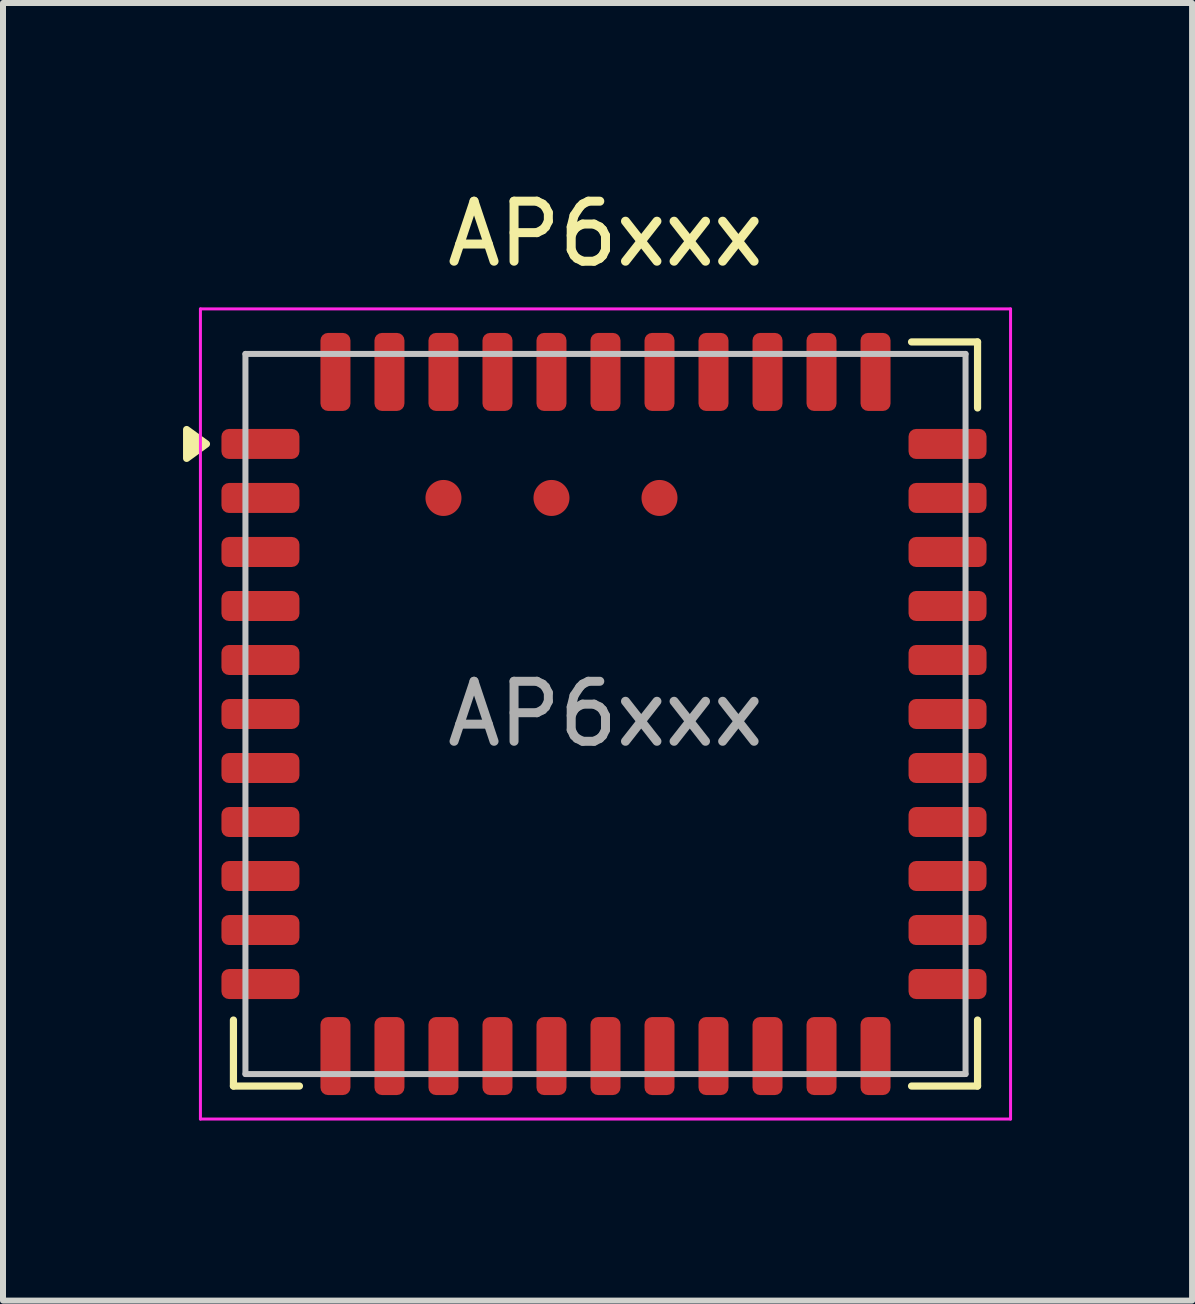
<source format=kicad_pcb>
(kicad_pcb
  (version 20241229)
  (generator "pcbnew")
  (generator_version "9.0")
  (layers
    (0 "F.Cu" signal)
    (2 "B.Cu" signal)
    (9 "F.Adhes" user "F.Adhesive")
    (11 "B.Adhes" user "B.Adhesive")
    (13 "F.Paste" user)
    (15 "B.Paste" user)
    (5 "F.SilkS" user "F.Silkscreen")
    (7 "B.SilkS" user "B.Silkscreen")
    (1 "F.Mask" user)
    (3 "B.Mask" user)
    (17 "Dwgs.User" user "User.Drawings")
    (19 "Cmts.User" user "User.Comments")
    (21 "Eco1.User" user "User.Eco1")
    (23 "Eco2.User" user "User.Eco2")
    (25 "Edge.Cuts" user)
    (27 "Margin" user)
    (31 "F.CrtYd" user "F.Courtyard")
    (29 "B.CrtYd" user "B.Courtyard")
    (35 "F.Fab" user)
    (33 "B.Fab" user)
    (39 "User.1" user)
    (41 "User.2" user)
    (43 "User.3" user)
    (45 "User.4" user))
  (footprint "AP6xxx"
    (layer "F.Cu")
    (at 7.04 8.848)
    (property "Reference" "AP6xxx" (at 0 -8 0) (unlocked yes) (layer "F.SilkS") (effects (font (size 1 1) (thickness 0.15))))
    (attr smd)
    (fp_line (start -6.2 5.1) (end -6.2 6.2) (stroke (width 0.12) (type default)) (layer "F.SilkS"))
    (fp_line (start -6.2 6.2) (end -5.1 6.2) (stroke (width 0.12) (type default)) (layer "F.SilkS"))
    (fp_line (start 5.1 6.2) (end 6.2 6.2) (stroke (width 0.12) (type default)) (layer "F.SilkS"))
    (fp_line (start 6.2 -6.2) (end 5.1 -6.2) (stroke (width 0.12) (type default)) (layer "F.SilkS"))
    (fp_line (start 6.2 -5.1) (end 6.2 -6.2) (stroke (width 0.12) (type default)) (layer "F.SilkS"))
    (fp_line (start 6.2 6.2) (end 6.2 5.1) (stroke (width 0.12) (type default)) (layer "F.SilkS"))
    (fp_poly (pts (xy -6.65 -4.5) (xy -6.98 -4.26) (xy -6.98 -4.74) (xy -6.65 -4.5)) (stroke (width 0.12) (type solid)) (fill yes) (layer "F.SilkS"))
    (fp_line (start -6 -6) (end -6 6) (stroke (width 0.1) (type default)) (layer "Dwgs.User"))
    (fp_line (start -6 6) (end 6 6) (stroke (width 0.1) (type default)) (layer "Dwgs.User"))
    (fp_line (start 6 -6) (end -6 -6) (stroke (width 0.1) (type default)) (layer "Dwgs.User"))
    (fp_line (start 6 6) (end 6 -6) (stroke (width 0.1) (type default)) (layer "Dwgs.User"))
    (fp_line (start -6.75 -6.75) (end -6.75 6.75) (stroke (width 0.05) (type default)) (layer "F.CrtYd"))
    (fp_line (start -6.75 6.75) (end 6.75 6.75) (stroke (width 0.05) (type default)) (layer "F.CrtYd"))
    (fp_line (start 6.75 -6.75) (end -6.75 -6.75) (stroke (width 0.05) (type default)) (layer "F.CrtYd"))
    (fp_line (start 6.75 6.75) (end 6.75 -6.75) (stroke (width 0.05) (type default)) (layer "F.CrtYd"))
    (fp_text user "${REFERENCE}" (at 0 0 0) (unlocked yes) (layer "F.Fab") (effects (font (size 1 1) (thickness 0.15))))
    (pad "1" smd roundrect (at -5.75 -4.5) (size 1.3 0.5) (layers "F.Cu" "F.Mask") (roundrect_rratio 0.25))
    (pad "2" smd roundrect (at -5.75 -3.6) (size 1.3 0.5) (layers "F.Cu" "F.Mask") (roundrect_rratio 0.25))
    (pad "3" smd roundrect (at -5.75 -2.7) (size 1.3 0.5) (layers "F.Cu" "F.Mask") (roundrect_rratio 0.25))
    (pad "4" smd roundrect (at -5.75 -1.8) (size 1.3 0.5) (layers "F.Cu" "F.Mask") (roundrect_rratio 0.25))
    (pad "5" smd roundrect (at -5.75 -0.9) (size 1.3 0.5) (layers "F.Cu" "F.Mask") (roundrect_rratio 0.25))
    (pad "6" smd roundrect (at -5.75 0) (size 1.3 0.5) (layers "F.Cu" "F.Mask") (roundrect_rratio 0.25))
    (pad "7" smd roundrect (at -5.75 0.9) (size 1.3 0.5) (layers "F.Cu" "F.Mask") (roundrect_rratio 0.25))
    (pad "8" smd roundrect (at -5.75 1.8) (size 1.3 0.5) (layers "F.Cu" "F.Mask") (roundrect_rratio 0.25))
    (pad "9" smd roundrect (at -5.75 2.7) (size 1.3 0.5) (layers "F.Cu" "F.Mask") (roundrect_rratio 0.25))
    (pad "10" smd roundrect (at -5.75 3.6) (size 1.3 0.5) (layers "F.Cu" "F.Mask") (roundrect_rratio 0.25))
    (pad "11" smd roundrect (at -5.75 4.5) (size 1.3 0.5) (layers "F.Cu" "F.Mask") (roundrect_rratio 0.25))
    (pad "12" smd roundrect (at -4.5 5.7 90) (size 1.3 0.5) (layers "F.Cu" "F.Mask") (roundrect_rratio 0.25))
    (pad "13" smd roundrect (at -3.6 5.7 90) (size 1.3 0.5) (layers "F.Cu" "F.Mask") (roundrect_rratio 0.25))
    (pad "14" smd roundrect (at -2.7 5.7 90) (size 1.3 0.5) (layers "F.Cu" "F.Mask") (roundrect_rratio 0.25))
    (pad "15" smd roundrect (at -1.8 5.7 90) (size 1.3 0.5) (layers "F.Cu" "F.Mask") (roundrect_rratio 0.25))
    (pad "16" smd roundrect (at -0.9 5.7 90) (size 1.3 0.5) (layers "F.Cu" "F.Mask") (roundrect_rratio 0.25))
    (pad "17" smd roundrect (at 0 5.7 90) (size 1.3 0.5) (layers "F.Cu" "F.Mask") (roundrect_rratio 0.25))
    (pad "18" smd roundrect (at 0.9 5.7 90) (size 1.3 0.5) (layers "F.Cu" "F.Mask") (roundrect_rratio 0.25))
    (pad "19" smd roundrect (at 1.8 5.7 90) (size 1.3 0.5) (layers "F.Cu" "F.Mask") (roundrect_rratio 0.25))
    (pad "20" smd roundrect (at 2.7 5.7 90) (size 1.3 0.5) (layers "F.Cu" "F.Mask") (roundrect_rratio 0.25))
    (pad "21" smd roundrect (at 3.6 5.7 90) (size 1.3 0.5) (layers "F.Cu" "F.Mask") (roundrect_rratio 0.25))
    (pad "22" smd roundrect (at 4.5 5.7 90) (size 1.3 0.5) (layers "F.Cu" "F.Mask") (roundrect_rratio 0.25))
    (pad "23" smd roundrect (at 5.7 4.5) (size 1.3 0.5) (layers "F.Cu" "F.Mask") (roundrect_rratio 0.25))
    (pad "24" smd roundrect (at 5.7 3.6) (size 1.3 0.5) (layers "F.Cu" "F.Mask") (roundrect_rratio 0.25))
    (pad "25" smd roundrect (at 5.7 2.7) (size 1.3 0.5) (layers "F.Cu" "F.Mask") (roundrect_rratio 0.25))
    (pad "26" smd roundrect (at 5.7 1.8) (size 1.3 0.5) (layers "F.Cu" "F.Mask") (roundrect_rratio 0.25))
    (pad "27" smd roundrect (at 5.7 0.9) (size 1.3 0.5) (layers "F.Cu" "F.Mask") (roundrect_rratio 0.25))
    (pad "28" smd roundrect (at 5.7 0) (size 1.3 0.5) (layers "F.Cu" "F.Mask") (roundrect_rratio 0.25))
    (pad "29" smd roundrect (at 5.7 -0.9) (size 1.3 0.5) (layers "F.Cu" "F.Mask") (roundrect_rratio 0.25))
    (pad "30" smd roundrect (at 5.7 -1.8) (size 1.3 0.5) (layers "F.Cu" "F.Mask") (roundrect_rratio 0.25))
    (pad "31" smd roundrect (at 5.7 -2.7) (size 1.3 0.5) (layers "F.Cu" "F.Mask") (roundrect_rratio 0.25))
    (pad "32" smd roundrect (at 5.7 -3.6) (size 1.3 0.5) (layers "F.Cu" "F.Mask") (roundrect_rratio 0.25))
    (pad "33" smd roundrect (at 5.7 -4.5) (size 1.3 0.5) (layers "F.Cu" "F.Mask") (roundrect_rratio 0.25))
    (pad "34" smd roundrect (at 4.5 -5.7 90) (size 1.3 0.5) (layers "F.Cu" "F.Mask") (roundrect_rratio 0.25))
    (pad "35" smd roundrect (at 3.6 -5.7 90) (size 1.3 0.5) (layers "F.Cu" "F.Mask") (roundrect_rratio 0.25))
    (pad "36" smd roundrect (at 2.7 -5.7 90) (size 1.3 0.5) (layers "F.Cu" "F.Mask") (roundrect_rratio 0.25))
    (pad "37" smd roundrect (at 1.8 -5.7 90) (size 1.3 0.5) (layers "F.Cu" "F.Mask") (roundrect_rratio 0.25))
    (pad "38" smd roundrect (at 0.9 -5.7 90) (size 1.3 0.5) (layers "F.Cu" "F.Mask") (roundrect_rratio 0.25))
    (pad "39" smd roundrect (at 0 -5.7 90) (size 1.3 0.5) (layers "F.Cu" "F.Mask") (roundrect_rratio 0.25))
    (pad "40" smd roundrect (at -0.9 -5.7 90) (size 1.3 0.5) (layers "F.Cu" "F.Mask") (roundrect_rratio 0.25))
    (pad "41" smd roundrect (at -1.8 -5.7 90) (size 1.3 0.5) (layers "F.Cu" "F.Mask") (roundrect_rratio 0.25))
    (pad "42" smd roundrect (at -2.7 -5.7 90) (size 1.3 0.5) (layers "F.Cu" "F.Mask") (roundrect_rratio 0.25))
    (pad "43" smd roundrect (at -3.6 -5.7 90) (size 1.3 0.5) (layers "F.Cu" "F.Mask") (roundrect_rratio 0.25))
    (pad "44" smd roundrect (at -4.5 -5.7 90) (size 1.3 0.5) (layers "F.Cu" "F.Mask") (roundrect_rratio 0.25))
    (pad "45" smd circle (at -2.7 -3.6) (size 0.6 0.6) (layers "F.Cu" "F.Mask" "F.Paste"))
    (pad "46" smd circle (at -0.9 -3.6) (size 0.6 0.6) (layers "F.Cu" "F.Mask" "F.Paste"))
    (pad "47" smd circle (at 0.9 -3.6) (size 0.6 0.6) (layers "F.Cu" "F.Mask" "F.Paste")))
  (gr_rect
    (start -3 -3)
    (end 16.815 18.623)
    (stroke (width 0.1) (type default))
    (fill no)
    (layer "Edge.Cuts")))
</source>
